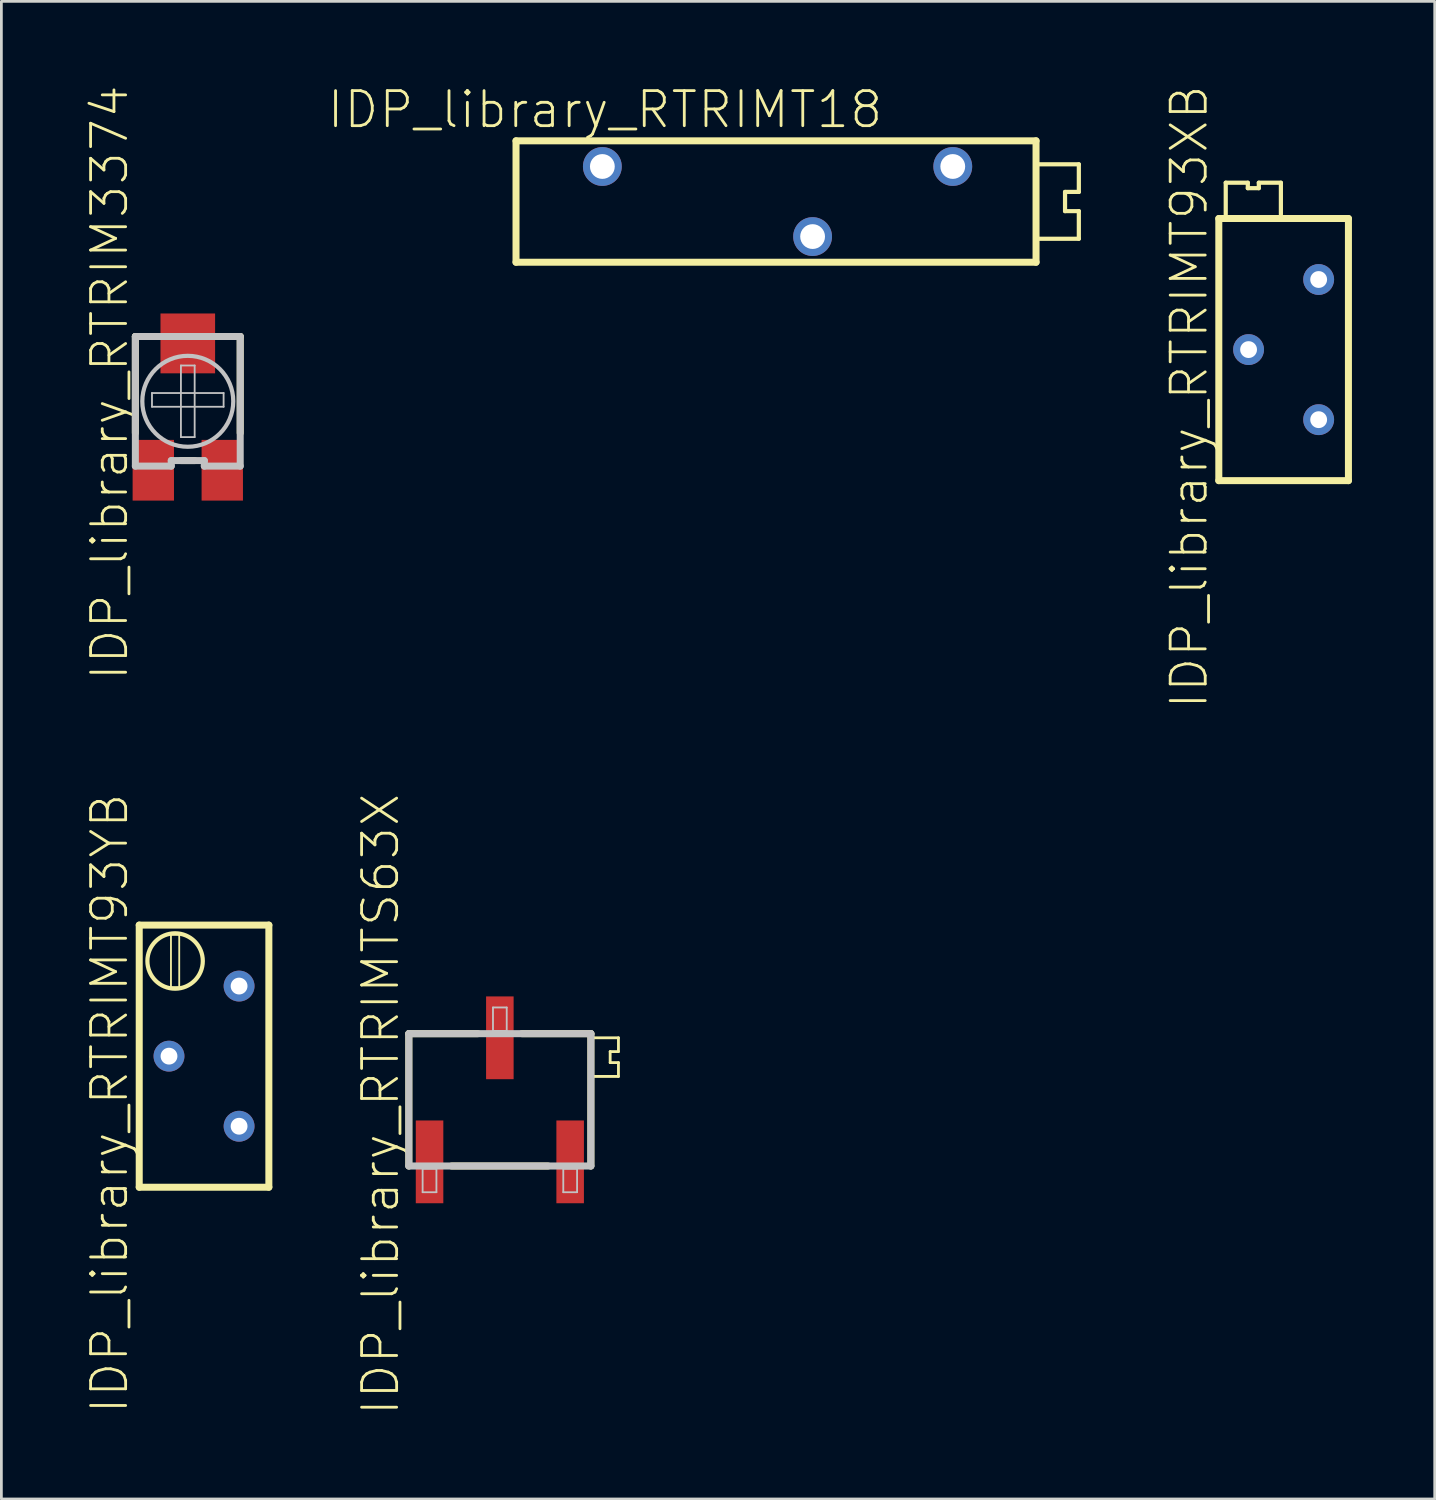
<source format=kicad_pcb>
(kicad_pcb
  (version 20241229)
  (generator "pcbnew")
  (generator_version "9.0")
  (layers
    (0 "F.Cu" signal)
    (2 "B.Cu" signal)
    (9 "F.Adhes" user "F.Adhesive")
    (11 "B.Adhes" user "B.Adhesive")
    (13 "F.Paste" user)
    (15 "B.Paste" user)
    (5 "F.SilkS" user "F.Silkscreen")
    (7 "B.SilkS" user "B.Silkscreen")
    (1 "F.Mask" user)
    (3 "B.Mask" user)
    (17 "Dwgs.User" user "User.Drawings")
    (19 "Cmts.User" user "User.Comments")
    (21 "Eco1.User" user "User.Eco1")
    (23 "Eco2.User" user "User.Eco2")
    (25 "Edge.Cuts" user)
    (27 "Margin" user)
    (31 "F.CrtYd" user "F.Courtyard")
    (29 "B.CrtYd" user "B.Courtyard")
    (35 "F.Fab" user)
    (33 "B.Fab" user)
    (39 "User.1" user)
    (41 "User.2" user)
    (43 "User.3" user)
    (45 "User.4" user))
  (footprint "IDP_library_RTRIMT93YB"
    (layer "F.Cu")
    (at 4.345 35.228)
    (property "Reference" "IDP_library_RTRIMT93YB" (at -3.424 1.714 90) (layer "F.SilkS") (effects (font (size 1.27 1.27) (thickness 0.102))))
    (attr exclude_from_pos_files exclude_from_bom)
    (fp_line (start -2.349 -4.75) (end -2.349 4.75) (stroke (width 0.254) (type solid)) (layer "F.SilkS"))
    (fp_line (start -2.349 4.75) (end 2.349 4.75) (stroke (width 0.254) (type solid)) (layer "F.SilkS"))
    (fp_line (start -1.199 -4.399) (end -0.899 -4.399) (stroke (width 0.066) (type solid)) (layer "F.SilkS"))
    (fp_line (start -1.199 -2.499) (end -1.199 -4.399) (stroke (width 0.066) (type solid)) (layer "F.SilkS"))
    (fp_line (start -1.199 -2.499) (end -0.899 -2.499) (stroke (width 0.066) (type solid)) (layer "F.SilkS"))
    (fp_line (start -0.899 -2.499) (end -0.899 -4.399) (stroke (width 0.066) (type solid)) (layer "F.SilkS"))
    (fp_line (start 2.349 -4.75) (end -2.349 -4.75) (stroke (width 0.254) (type solid)) (layer "F.SilkS"))
    (fp_line (start 2.349 4.75) (end 2.349 -4.75) (stroke (width 0.254) (type solid)) (layer "F.SilkS"))
    (fp_circle (center -1.049 -3.449) (end -1.049 -4.453) (stroke (width 0.152) (type solid)) (fill no) (layer "F.SilkS"))
    (pad "1" thru_hole circle (at 1.27 2.54) (size 1.118 1.118) (drill 0.61) (layers "*.Cu" "*.Paste" "*.Mask"))
    (pad "2" thru_hole circle (at -1.27 0) (size 1.118 1.118) (drill 0.61) (layers "*.Cu" "*.Paste" "*.Mask"))
    (pad "3" thru_hole circle (at 1.27 -2.54) (size 1.118 1.118) (drill 0.61) (layers "*.Cu" "*.Paste" "*.Mask")))
  (footprint "IDP_library_RTRIMTS63X"
    (layer "F.Cu")
    (at 15.066 36.811)
    (property "Reference" "IDP_library_RTRIMTS63X" (at -4.323 0.163 90) (layer "F.SilkS") (effects (font (size 1.27 1.27) (thickness 0.102))))
    (attr smd)
    (fp_line (start -3.299 -2.398) (end -3.299 2.398) (stroke (width 0.254) (type solid)) (layer "F.SilkS"))
    (fp_line (start -1.748 2.398) (end 1.748 2.398) (stroke (width 0.254) (type solid)) (layer "F.SilkS"))
    (fp_line (start -0.798 -2.398) (end -3.299 -2.398) (stroke (width 0.254) (type solid)) (layer "F.SilkS"))
    (fp_line (start 0.798 -2.398) (end 3.299 -2.398) (stroke (width 0.254) (type solid)) (layer "F.SilkS"))
    (fp_line (start 3.299 -2.398) (end 3.299 2.398) (stroke (width 0.254) (type solid)) (layer "F.SilkS"))
    (fp_line (start 3.998 -1.748) (end 4.298 -1.748) (stroke (width 0.102) (type solid)) (layer "F.SilkS"))
    (fp_line (start 3.998 -1.349) (end 3.998 -1.748) (stroke (width 0.102) (type solid)) (layer "F.SilkS"))
    (fp_line (start 4.298 -2.248) (end 3.399 -2.248) (stroke (width 0.102) (type solid)) (layer "F.SilkS"))
    (fp_line (start 4.298 -1.748) (end 4.298 -2.248) (stroke (width 0.102) (type solid)) (layer "F.SilkS"))
    (fp_line (start 4.298 -1.349) (end 3.998 -1.349) (stroke (width 0.102) (type solid)) (layer "F.SilkS"))
    (fp_line (start 4.298 -0.848) (end 3.399 -0.848) (stroke (width 0.102) (type solid)) (layer "F.SilkS"))
    (fp_line (start 4.298 -0.848) (end 4.298 -1.349) (stroke (width 0.102) (type solid)) (layer "F.SilkS"))
    (fp_line (start -3.299 -2.398) (end -3.299 2.398) (stroke (width 0.254) (type solid)) (layer "Dwgs.User"))
    (fp_line (start -3.299 2.398) (end 3.299 2.398) (stroke (width 0.254) (type solid)) (layer "Dwgs.User"))
    (fp_line (start -2.799 2.499) (end -2.299 2.499) (stroke (width 0.066) (type solid)) (layer "Dwgs.User"))
    (fp_line (start -2.799 3.348) (end -2.799 2.499) (stroke (width 0.066) (type solid)) (layer "Dwgs.User"))
    (fp_line (start -2.799 3.348) (end -2.299 3.348) (stroke (width 0.066) (type solid)) (layer "Dwgs.User"))
    (fp_line (start -2.299 3.348) (end -2.299 2.499) (stroke (width 0.066) (type solid)) (layer "Dwgs.User"))
    (fp_line (start -0.249 -3.348) (end 0.249 -3.348) (stroke (width 0.066) (type solid)) (layer "Dwgs.User"))
    (fp_line (start -0.249 -2.499) (end -0.249 -3.348) (stroke (width 0.066) (type solid)) (layer "Dwgs.User"))
    (fp_line (start -0.249 -2.499) (end 0.249 -2.499) (stroke (width 0.066) (type solid)) (layer "Dwgs.User"))
    (fp_line (start 0.249 -2.499) (end 0.249 -3.348) (stroke (width 0.066) (type solid)) (layer "Dwgs.User"))
    (fp_line (start 2.299 2.499) (end 2.799 2.499) (stroke (width 0.066) (type solid)) (layer "Dwgs.User"))
    (fp_line (start 2.299 3.348) (end 2.299 2.499) (stroke (width 0.066) (type solid)) (layer "Dwgs.User"))
    (fp_line (start 2.299 3.348) (end 2.799 3.348) (stroke (width 0.066) (type solid)) (layer "Dwgs.User"))
    (fp_line (start 2.799 3.348) (end 2.799 2.499) (stroke (width 0.066) (type solid)) (layer "Dwgs.User"))
    (fp_line (start 3.299 -2.398) (end -3.299 -2.398) (stroke (width 0.254) (type solid)) (layer "Dwgs.User"))
    (fp_line (start 3.299 2.398) (end 3.299 -2.398) (stroke (width 0.254) (type solid)) (layer "Dwgs.User"))
    (pad "1" smd rect (at -2.548 2.248) (size 0.998 3) (layers "F.Cu" "F.Mask" "F.Paste"))
    (pad "2" smd rect (at 0 -2.248) (size 0.998 3) (layers "F.Cu" "F.Mask" "F.Paste"))
    (pad "3" smd rect (at 2.548 2.248) (size 0.998 3) (layers "F.Cu" "F.Mask" "F.Paste")))
  (footprint "IDP_library_RTRIM3374"
    (layer "F.Cu")
    (at 3.756 11.494)
    (property "Reference" "IDP_library_RTRIM3374" (at -2.835 -0.673 90) (layer "F.SilkS") (effects (font (size 1.27 1.27) (thickness 0.102))))
    (attr smd)
    (fp_line (start -1.9 -2.349) (end -1.199 -2.349) (stroke (width 0.254) (type solid)) (layer "F.SilkS"))
    (fp_line (start -1.9 1.148) (end -1.9 -2.349) (stroke (width 0.254) (type solid)) (layer "F.SilkS"))
    (fp_line (start -0.249 2.149) (end 0.249 2.149) (stroke (width 0.254) (type solid)) (layer "F.SilkS"))
    (fp_line (start 1.199 -2.349) (end 1.9 -2.349) (stroke (width 0.254) (type solid)) (layer "F.SilkS"))
    (fp_line (start 1.9 -2.349) (end 1.9 1.148) (stroke (width 0.254) (type solid)) (layer "F.SilkS"))
    (fp_line (start -1.9 -2.349) (end 1.9 -2.349) (stroke (width 0.254) (type solid)) (layer "Dwgs.User"))
    (fp_line (start -1.9 2.349) (end -1.9 -2.349) (stroke (width 0.254) (type solid)) (layer "Dwgs.User"))
    (fp_line (start -1.298 -0.3) (end 1.298 -0.3) (stroke (width 0.066) (type solid)) (layer "Dwgs.User"))
    (fp_line (start -1.298 0.198) (end -1.298 -0.3) (stroke (width 0.066) (type solid)) (layer "Dwgs.User"))
    (fp_line (start -1.298 0.198) (end 1.298 0.198) (stroke (width 0.066) (type solid)) (layer "Dwgs.User"))
    (fp_line (start -0.599 2.149) (end -0.599 2.349) (stroke (width 0.254) (type solid)) (layer "Dwgs.User"))
    (fp_line (start -0.599 2.349) (end -1.9 2.349) (stroke (width 0.254) (type solid)) (layer "Dwgs.User"))
    (fp_line (start -0.249 -1.298) (end 0.249 -1.298) (stroke (width 0.066) (type solid)) (layer "Dwgs.User"))
    (fp_line (start -0.249 1.298) (end -0.249 -1.298) (stroke (width 0.066) (type solid)) (layer "Dwgs.User"))
    (fp_line (start -0.249 1.298) (end 0.249 1.298) (stroke (width 0.066) (type solid)) (layer "Dwgs.User"))
    (fp_line (start 0.249 1.298) (end 0.249 -1.298) (stroke (width 0.066) (type solid)) (layer "Dwgs.User"))
    (fp_line (start 0.599 2.149) (end -0.599 2.149) (stroke (width 0.254) (type solid)) (layer "Dwgs.User"))
    (fp_line (start 0.599 2.349) (end 0.599 2.149) (stroke (width 0.254) (type solid)) (layer "Dwgs.User"))
    (fp_line (start 1.298 0.198) (end 1.298 -0.3) (stroke (width 0.066) (type solid)) (layer "Dwgs.User"))
    (fp_line (start 1.9 -2.349) (end 1.9 2.349) (stroke (width 0.254) (type solid)) (layer "Dwgs.User"))
    (fp_line (start 1.9 2.349) (end 0.599 2.349) (stroke (width 0.254) (type solid)) (layer "Dwgs.User"))
    (fp_circle (center 0 0) (end 0 -1.648) (stroke (width 0.152) (type solid)) (fill no) (layer "Dwgs.User"))
    (pad "1" smd rect (at -1.25 2.499) (size 1.499 2.2) (layers "F.Cu" "F.Mask" "F.Paste"))
    (pad "2" smd rect (at 0 -2.098) (size 1.979 2.169) (layers "F.Cu" "F.Mask" "F.Paste"))
    (pad "3" smd rect (at 1.25 2.499) (size 1.499 2.2) (layers "F.Cu" "F.Mask" "F.Paste")))
  (footprint "IDP_library_RTRIMT18"
    (layer "F.Cu")
    (at 26.401 4.254)
    (property "Reference" "IDP_library_RTRIMT18" (at -7.523 -3.332 0) (layer "F.SilkS") (effects (font (size 1.27 1.27) (thickness 0.102))))
    (attr exclude_from_pos_files exclude_from_bom)
    (fp_line (start -10.749 -2.2) (end -10.749 2.2) (stroke (width 0.254) (type solid)) (layer "F.SilkS"))
    (fp_line (start -10.749 2.2) (end 8.098 2.2) (stroke (width 0.254) (type solid)) (layer "F.SilkS"))
    (fp_line (start 8.098 -2.2) (end -10.749 -2.2) (stroke (width 0.254) (type solid)) (layer "F.SilkS"))
    (fp_line (start 8.098 2.2) (end 8.098 -2.2) (stroke (width 0.254) (type solid)) (layer "F.SilkS"))
    (fp_line (start 8.199 -1.349) (end 9.649 -1.349) (stroke (width 0.152) (type solid)) (layer "F.SilkS"))
    (fp_line (start 9.149 -0.348) (end 9.149 0.348) (stroke (width 0.152) (type solid)) (layer "F.SilkS"))
    (fp_line (start 9.149 0.348) (end 9.649 0.348) (stroke (width 0.152) (type solid)) (layer "F.SilkS"))
    (fp_line (start 9.649 -1.349) (end 9.649 -0.348) (stroke (width 0.152) (type solid)) (layer "F.SilkS"))
    (fp_line (start 9.649 -0.348) (end 9.149 -0.348) (stroke (width 0.152) (type solid)) (layer "F.SilkS"))
    (fp_line (start 9.649 0.348) (end 9.649 1.349) (stroke (width 0.152) (type solid)) (layer "F.SilkS"))
    (fp_line (start 9.649 1.349) (end 8.199 1.349) (stroke (width 0.152) (type solid)) (layer "F.SilkS"))
    (pad "1" thru_hole circle (at -7.62 -1.27) (size 1.407 1.407) (drill 0.899) (layers "*.Cu" "*.Paste" "*.Mask"))
    (pad "2" thru_hole circle (at 0 1.27) (size 1.407 1.407) (drill 0.899) (layers "*.Cu" "*.Paste" "*.Mask"))
    (pad "3" thru_hole circle (at 5.08 -1.27) (size 1.407 1.407) (drill 0.899) (layers "*.Cu" "*.Paste" "*.Mask")))
  (footprint "IDP_library_RTRIMT93XB"
    (layer "F.Cu")
    (at 43.472 9.62)
    (property "Reference" "IDP_library_RTRIMT93XB" (at -3.424 1.714 90) (layer "F.SilkS") (effects (font (size 1.27 1.27) (thickness 0.102))))
    (attr exclude_from_pos_files exclude_from_bom)
    (fp_line (start -2.349 -4.75) (end -2.349 4.75) (stroke (width 0.254) (type solid)) (layer "F.SilkS"))
    (fp_line (start -2.349 4.75) (end 2.349 4.75) (stroke (width 0.254) (type solid)) (layer "F.SilkS"))
    (fp_line (start -2.098 -6.048) (end -2.098 -4.9) (stroke (width 0.152) (type solid)) (layer "F.SilkS"))
    (fp_line (start -1.298 -6.048) (end -2.098 -6.048) (stroke (width 0.152) (type solid)) (layer "F.SilkS"))
    (fp_line (start -1.298 -5.85) (end -1.298 -6.048) (stroke (width 0.152) (type solid)) (layer "F.SilkS"))
    (fp_line (start -0.899 -6.048) (end -0.899 -5.85) (stroke (width 0.152) (type solid)) (layer "F.SilkS"))
    (fp_line (start -0.899 -5.85) (end -1.298 -5.85) (stroke (width 0.152) (type solid)) (layer "F.SilkS"))
    (fp_line (start -0.099 -6.048) (end -0.899 -6.048) (stroke (width 0.152) (type solid)) (layer "F.SilkS"))
    (fp_line (start -0.099 -4.9) (end -0.099 -6.048) (stroke (width 0.152) (type solid)) (layer "F.SilkS"))
    (fp_line (start 2.349 -4.75) (end -2.349 -4.75) (stroke (width 0.254) (type solid)) (layer "F.SilkS"))
    (fp_line (start 2.349 4.75) (end 2.349 -4.75) (stroke (width 0.254) (type solid)) (layer "F.SilkS"))
    (pad "1" thru_hole circle (at 1.27 2.54) (size 1.118 1.118) (drill 0.61) (layers "*.Cu" "*.Paste" "*.Mask"))
    (pad "2" thru_hole circle (at -1.27 0) (size 1.118 1.118) (drill 0.61) (layers "*.Cu" "*.Paste" "*.Mask"))
    (pad "3" thru_hole circle (at 1.27 -2.54) (size 1.118 1.118) (drill 0.61) (layers "*.Cu" "*.Paste" "*.Mask")))
  (gr_rect
    (start -3 -3)
    (end 48.948 51.277)
    (stroke (width 0.1) (type default))
    (fill no)
    (layer "Edge.Cuts")))
</source>
